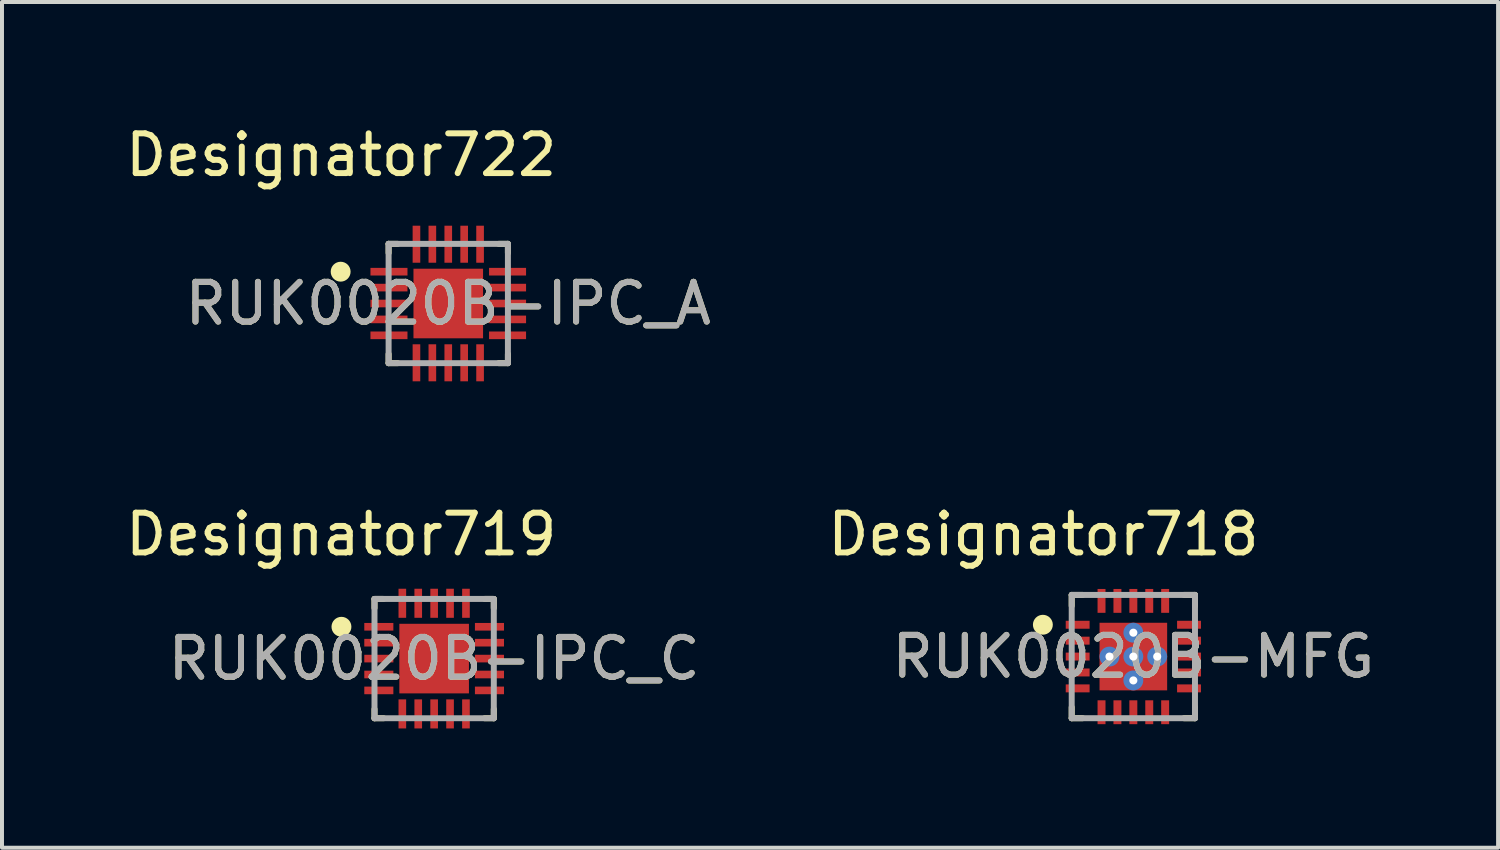
<source format=kicad_pcb>
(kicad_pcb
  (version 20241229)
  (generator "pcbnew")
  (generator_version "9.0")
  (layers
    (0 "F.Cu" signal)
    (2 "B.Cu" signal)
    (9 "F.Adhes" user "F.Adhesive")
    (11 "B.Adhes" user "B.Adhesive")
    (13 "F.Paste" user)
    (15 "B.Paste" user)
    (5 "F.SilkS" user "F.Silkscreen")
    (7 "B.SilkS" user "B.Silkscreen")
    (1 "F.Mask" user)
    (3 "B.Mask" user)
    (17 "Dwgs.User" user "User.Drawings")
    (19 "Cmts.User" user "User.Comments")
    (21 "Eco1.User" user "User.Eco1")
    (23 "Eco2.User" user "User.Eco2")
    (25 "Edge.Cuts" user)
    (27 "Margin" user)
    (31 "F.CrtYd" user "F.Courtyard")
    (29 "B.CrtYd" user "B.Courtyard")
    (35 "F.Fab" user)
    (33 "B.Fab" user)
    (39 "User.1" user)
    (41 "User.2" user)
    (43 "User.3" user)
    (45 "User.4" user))
  (footprint "RUK0020B-IPC_C"
    (layer "F.Cu")
    (at 7.867 13.511)
    (property "Reference" "RUK0020B-IPC_C" (at 0 0 0) (unlocked yes) (layer "F.SilkS") (effects (font (size 1 1) (thickness 0.15))))
    (attr smd)
    (fp_line (start -1.5 -1.5) (end -1.271 -1.5) (stroke (width 0.15) (type solid)) (layer "F.SilkS"))
    (fp_line (start -1.5 -1.271) (end -1.5 -1.5) (stroke (width 0.15) (type solid)) (layer "F.SilkS"))
    (fp_line (start -1.5 1.5) (end -1.5 1.271) (stroke (width 0.15) (type solid)) (layer "F.SilkS"))
    (fp_line (start -1.5 1.5) (end -1.271 1.5) (stroke (width 0.15) (type solid)) (layer "F.SilkS"))
    (fp_line (start 1.271 -1.5) (end 1.5 -1.5) (stroke (width 0.15) (type solid)) (layer "F.SilkS"))
    (fp_line (start 1.271 1.5) (end 1.5 1.5) (stroke (width 0.15) (type solid)) (layer "F.SilkS"))
    (fp_line (start 1.5 -1.271) (end 1.5 -1.5) (stroke (width 0.15) (type solid)) (layer "F.SilkS"))
    (fp_line (start 1.5 1.5) (end 1.5 1.271) (stroke (width 0.15) (type solid)) (layer "F.SilkS"))
    (fp_circle (center -2.331 -0.8) (end -2.206 -0.8) (stroke (width 0.25) (type solid)) (fill no) (layer "F.SilkS"))
    (fp_poly (pts (xy -0.553 0.553) (xy 0.553 0.553) (xy 0.553 -0.553) (xy -0.553 -0.553)) (stroke (width 0) (type solid)) (fill yes) (layer "F.Paste"))
    (fp_line (start -1.5 -1.5) (end 1.5 -1.5) (stroke (width 0.15) (type solid)) (layer "F.Fab"))
    (fp_line (start -1.5 1.5) (end -1.5 -1.5) (stroke (width 0.15) (type solid)) (layer "F.Fab"))
    (fp_line (start -1.5 1.5) (end 1.5 1.5) (stroke (width 0.15) (type solid)) (layer "F.Fab"))
    (fp_line (start 1.5 1.5) (end 1.5 -1.5) (stroke (width 0.15) (type solid)) (layer "F.Fab"))
    (fp_text user "Designator719" (at -2.337 -3.124 0) (unlocked yes) (layer "F.SilkS") (effects (font (size 1 1) (thickness 0.15))))
    (fp_text user "${REFERENCE}" (at 0 0 0) (unlocked yes) (layer "F.Fab") (effects (font (size 1 1) (thickness 0.15))))
    (pad "1" smd rect (at -1.391 -0.8 90) (size 0.192 0.731) (layers "F.Cu" "F.Mask" "F.Paste"))
    (pad "2" smd rect (at -1.391 -0.4 90) (size 0.192 0.731) (layers "F.Cu" "F.Mask" "F.Paste"))
    (pad "3" smd rect (at -1.391 0 90) (size 0.192 0.731) (layers "F.Cu" "F.Mask" "F.Paste"))
    (pad "4" smd rect (at -1.391 0.4 90) (size 0.192 0.731) (layers "F.Cu" "F.Mask" "F.Paste"))
    (pad "5" smd rect (at -1.391 0.8 90) (size 0.192 0.731) (layers "F.Cu" "F.Mask" "F.Paste"))
    (pad "6" smd rect (at -0.8 1.391) (size 0.192 0.731) (layers "F.Cu" "F.Mask" "F.Paste"))
    (pad "7" smd rect (at -0.4 1.391) (size 0.192 0.731) (layers "F.Cu" "F.Mask" "F.Paste"))
    (pad "8" smd rect (at 0 1.391) (size 0.192 0.731) (layers "F.Cu" "F.Mask" "F.Paste"))
    (pad "9" smd rect (at 0.4 1.391) (size 0.192 0.731) (layers "F.Cu" "F.Mask" "F.Paste"))
    (pad "10" smd rect (at 0.8 1.391) (size 0.192 0.731) (layers "F.Cu" "F.Mask" "F.Paste"))
    (pad "11" smd rect (at 1.391 0.8 90) (size 0.192 0.731) (layers "F.Cu" "F.Mask" "F.Paste"))
    (pad "12" smd rect (at 1.391 0.4 90) (size 0.192 0.731) (layers "F.Cu" "F.Mask" "F.Paste"))
    (pad "13" smd rect (at 1.391 0 90) (size 0.192 0.731) (layers "F.Cu" "F.Mask" "F.Paste"))
    (pad "14" smd rect (at 1.391 -0.4 90) (size 0.192 0.731) (layers "F.Cu" "F.Mask" "F.Paste"))
    (pad "15" smd rect (at 1.391 -0.8 90) (size 0.192 0.731) (layers "F.Cu" "F.Mask" "F.Paste"))
    (pad "16" smd rect (at 0.8 -1.391) (size 0.192 0.731) (layers "F.Cu" "F.Mask" "F.Paste"))
    (pad "17" smd rect (at 0.4 -1.391) (size 0.192 0.731) (layers "F.Cu" "F.Mask" "F.Paste"))
    (pad "18" smd rect (at 0 -1.391) (size 0.192 0.731) (layers "F.Cu" "F.Mask" "F.Paste"))
    (pad "19" smd rect (at -0.4 -1.391) (size 0.192 0.731) (layers "F.Cu" "F.Mask" "F.Paste"))
    (pad "20" smd rect (at -0.8 -1.391) (size 0.192 0.731) (layers "F.Cu" "F.Mask" "F.Paste"))
    (pad "21" smd rect (at 0 0) (size 1.75 1.75) (layers "F.Cu" "F.Mask")))
  (footprint "RUK0020B-MFG"
    (layer "F.Cu")
    (at 25.449 13.46)
    (property "Reference" "RUK0020B-MFG" (at 0 0 0) (unlocked yes) (layer "F.SilkS") (effects (font (size 1 1) (thickness 0.15))))
    (attr smd)
    (fp_line (start -1.55 -1.55) (end -1.275 -1.55) (stroke (width 0.15) (type solid)) (layer "F.SilkS"))
    (fp_line (start -1.55 -1.275) (end -1.55 -1.55) (stroke (width 0.15) (type solid)) (layer "F.SilkS"))
    (fp_line (start -1.55 1.55) (end -1.55 1.275) (stroke (width 0.15) (type solid)) (layer "F.SilkS"))
    (fp_line (start -1.55 1.55) (end -1.275 1.55) (stroke (width 0.15) (type solid)) (layer "F.SilkS"))
    (fp_line (start 1.275 -1.55) (end 1.55 -1.55) (stroke (width 0.15) (type solid)) (layer "F.SilkS"))
    (fp_line (start 1.275 1.55) (end 1.55 1.55) (stroke (width 0.15) (type solid)) (layer "F.SilkS"))
    (fp_line (start 1.55 -1.275) (end 1.55 -1.55) (stroke (width 0.15) (type solid)) (layer "F.SilkS"))
    (fp_line (start 1.55 1.55) (end 1.55 1.275) (stroke (width 0.15) (type solid)) (layer "F.SilkS"))
    (fp_circle (center -2.275 -0.8) (end -2.15 -0.8) (stroke (width 0.25) (type solid)) (fill no) (layer "F.SilkS"))
    (fp_poly (pts (xy -0.795 0.845) (xy -0.845 0.795) (xy -0.845 0.145) (xy -0.795 0.095) (xy -0.145 0.095) (xy -0.095 0.145) (xy -0.095 0.795) (xy -0.145 0.845)) (stroke (width 0) (type solid)) (fill yes) (layer "F.Paste"))
    (fp_poly (pts (xy -0.145 -0.845) (xy -0.095 -0.795) (xy -0.095 -0.145) (xy -0.145 -0.095) (xy -0.795 -0.095) (xy -0.845 -0.145) (xy -0.845 -0.795) (xy -0.795 -0.845)) (stroke (width 0) (type solid)) (fill yes) (layer "F.Paste"))
    (fp_poly (pts (xy 0.095 -0.795) (xy 0.145 -0.845) (xy 0.795 -0.845) (xy 0.845 -0.795) (xy 0.845 -0.145) (xy 0.795 -0.095) (xy 0.145 -0.095) (xy 0.095 -0.145)) (stroke (width 0) (type solid)) (fill yes) (layer "F.Paste"))
    (fp_poly (pts (xy 0.095 0.145) (xy 0.145 0.095) (xy 0.795 0.095) (xy 0.845 0.145) (xy 0.845 0.795) (xy 0.795 0.845) (xy 0.145 0.845) (xy 0.095 0.795)) (stroke (width 0) (type solid)) (fill yes) (layer "F.Paste"))
    (fp_line (start -1.55 -1.55) (end 1.55 -1.55) (stroke (width 0.15) (type solid)) (layer "F.Fab"))
    (fp_line (start -1.55 1.55) (end -1.55 -1.55) (stroke (width 0.15) (type solid)) (layer "F.Fab"))
    (fp_line (start -1.55 1.55) (end 1.55 1.55) (stroke (width 0.15) (type solid)) (layer "F.Fab"))
    (fp_line (start 1.55 1.55) (end 1.55 -1.55) (stroke (width 0.15) (type solid)) (layer "F.Fab"))
    (fp_text user "Designator718" (at -2.261 -3.073 0) (unlocked yes) (layer "F.SilkS") (effects (font (size 1 1) (thickness 0.15))))
    (fp_text user "${REFERENCE}" (at 0 0 0) (unlocked yes) (layer "F.Fab") (effects (font (size 1 1) (thickness 0.15))))
    (pad "1" smd rect (at -1.4 -0.8) (size 0.6 0.2) (layers "F.Cu" "F.Mask" "F.Paste"))
    (pad "2" smd rect (at -1.4 -0.4) (size 0.6 0.2) (layers "F.Cu" "F.Mask" "F.Paste"))
    (pad "3" smd rect (at -1.4 0) (size 0.6 0.2) (layers "F.Cu" "F.Mask" "F.Paste"))
    (pad "4" smd rect (at -1.4 0.4) (size 0.6 0.2) (layers "F.Cu" "F.Mask" "F.Paste"))
    (pad "5" smd rect (at -1.4 0.8) (size 0.6 0.2) (layers "F.Cu" "F.Mask" "F.Paste"))
    (pad "6" smd rect (at -0.8 1.4 90) (size 0.6 0.2) (layers "F.Cu" "F.Mask" "F.Paste"))
    (pad "7" smd rect (at -0.4 1.4 90) (size 0.6 0.2) (layers "F.Cu" "F.Mask" "F.Paste"))
    (pad "8" smd rect (at 0 1.4 90) (size 0.6 0.2) (layers "F.Cu" "F.Mask" "F.Paste"))
    (pad "9" smd rect (at 0.4 1.4 90) (size 0.6 0.2) (layers "F.Cu" "F.Mask" "F.Paste"))
    (pad "10" smd rect (at 0.8 1.4 90) (size 0.6 0.2) (layers "F.Cu" "F.Mask" "F.Paste"))
    (pad "11" smd rect (at 1.4 0.8) (size 0.6 0.2) (layers "F.Cu" "F.Mask" "F.Paste"))
    (pad "12" smd rect (at 1.4 0.4) (size 0.6 0.2) (layers "F.Cu" "F.Mask" "F.Paste"))
    (pad "13" smd rect (at 1.4 0) (size 0.6 0.2) (layers "F.Cu" "F.Mask" "F.Paste"))
    (pad "14" smd rect (at 1.4 -0.4) (size 0.6 0.2) (layers "F.Cu" "F.Mask" "F.Paste"))
    (pad "15" smd rect (at 1.4 -0.8) (size 0.6 0.2) (layers "F.Cu" "F.Mask" "F.Paste"))
    (pad "16" smd rect (at 0.8 -1.4 90) (size 0.6 0.2) (layers "F.Cu" "F.Mask" "F.Paste"))
    (pad "17" smd rect (at 0.4 -1.4 90) (size 0.6 0.2) (layers "F.Cu" "F.Mask" "F.Paste"))
    (pad "18" smd rect (at 0 -1.4 90) (size 0.6 0.2) (layers "F.Cu" "F.Mask" "F.Paste"))
    (pad "19" smd rect (at -0.4 -1.4 90) (size 0.6 0.2) (layers "F.Cu" "F.Mask" "F.Paste"))
    (pad "20" smd rect (at -0.8 -1.4 90) (size 0.6 0.2) (layers "F.Cu" "F.Mask" "F.Paste"))
    (pad "21" smd rect (at 0 0) (size 1.7 1.7) (layers "F.Cu" "F.Mask"))
    (pad "22" thru_hole circle (at -0.6 0) (size 0.5 0.5) (drill 0.203) (layers "*.Cu" "*.Mask"))
    (pad "23" thru_hole circle (at 0 0) (size 0.5 0.5) (drill 0.203) (layers "*.Cu" "*.Mask"))
    (pad "24" thru_hole circle (at 0.6 0) (size 0.5 0.5) (drill 0.203) (layers "*.Cu" "*.Mask"))
    (pad "25" thru_hole circle (at 0 0.6) (size 0.5 0.5) (drill 0.203) (layers "*.Cu" "*.Mask"))
    (pad "26" thru_hole circle (at 0 -0.6) (size 0.5 0.5) (drill 0.203) (layers "*.Cu" "*.Mask")))
  (footprint "RUK0020B-IPC_A"
    (layer "F.Cu")
    (at 8.222 4.582)
    (property "Reference" "RUK0020B-IPC_A" (at 0 0 0) (unlocked yes) (layer "F.SilkS") (effects (font (size 1 1) (thickness 0.15))))
    (attr smd)
    (fp_line (start -1.5 -1.5) (end -1.271 -1.5) (stroke (width 0.15) (type solid)) (layer "F.SilkS"))
    (fp_line (start -1.5 -1.271) (end -1.5 -1.5) (stroke (width 0.15) (type solid)) (layer "F.SilkS"))
    (fp_line (start -1.5 1.5) (end -1.5 1.271) (stroke (width 0.15) (type solid)) (layer "F.SilkS"))
    (fp_line (start -1.5 1.5) (end -1.271 1.5) (stroke (width 0.15) (type solid)) (layer "F.SilkS"))
    (fp_line (start 1.271 -1.5) (end 1.5 -1.5) (stroke (width 0.15) (type solid)) (layer "F.SilkS"))
    (fp_line (start 1.271 1.5) (end 1.5 1.5) (stroke (width 0.15) (type solid)) (layer "F.SilkS"))
    (fp_line (start 1.5 -1.271) (end 1.5 -1.5) (stroke (width 0.15) (type solid)) (layer "F.SilkS"))
    (fp_line (start 1.5 1.5) (end 1.5 1.271) (stroke (width 0.15) (type solid)) (layer "F.SilkS"))
    (fp_circle (center -2.706 -0.8) (end -2.581 -0.8) (stroke (width 0.25) (type solid)) (fill no) (layer "F.SilkS"))
    (fp_poly (pts (xy -0.553 0.553) (xy 0.553 0.553) (xy 0.553 -0.553) (xy -0.553 -0.553)) (stroke (width 0) (type solid)) (fill yes) (layer "F.Paste"))
    (fp_line (start -1.5 -1.5) (end 1.5 -1.5) (stroke (width 0.15) (type solid)) (layer "F.Fab"))
    (fp_line (start -1.5 1.5) (end -1.5 -1.5) (stroke (width 0.15) (type solid)) (layer "F.Fab"))
    (fp_line (start -1.5 1.5) (end 1.5 1.5) (stroke (width 0.15) (type solid)) (layer "F.Fab"))
    (fp_line (start 1.5 1.5) (end 1.5 -1.5) (stroke (width 0.15) (type solid)) (layer "F.Fab"))
    (fp_text user "Designator722" (at -2.692 -3.734 0) (unlocked yes) (layer "F.SilkS") (effects (font (size 1 1) (thickness 0.15))))
    (fp_text user "${REFERENCE}" (at 0 0 0) (unlocked yes) (layer "F.Fab") (effects (font (size 1 1) (thickness 0.15))))
    (pad "1" smd rect (at -1.491 -0.8 90) (size 0.192 0.931) (layers "F.Cu" "F.Mask" "F.Paste"))
    (pad "2" smd rect (at -1.491 -0.4 90) (size 0.192 0.931) (layers "F.Cu" "F.Mask" "F.Paste"))
    (pad "3" smd rect (at -1.491 0 90) (size 0.192 0.931) (layers "F.Cu" "F.Mask" "F.Paste"))
    (pad "4" smd rect (at -1.491 0.4 90) (size 0.192 0.931) (layers "F.Cu" "F.Mask" "F.Paste"))
    (pad "5" smd rect (at -1.491 0.8 90) (size 0.192 0.931) (layers "F.Cu" "F.Mask" "F.Paste"))
    (pad "6" smd rect (at -0.8 1.491) (size 0.192 0.931) (layers "F.Cu" "F.Mask" "F.Paste"))
    (pad "7" smd rect (at -0.4 1.491) (size 0.192 0.931) (layers "F.Cu" "F.Mask" "F.Paste"))
    (pad "8" smd rect (at 0 1.491) (size 0.192 0.931) (layers "F.Cu" "F.Mask" "F.Paste"))
    (pad "9" smd rect (at 0.4 1.491) (size 0.192 0.931) (layers "F.Cu" "F.Mask" "F.Paste"))
    (pad "10" smd rect (at 0.8 1.491) (size 0.192 0.931) (layers "F.Cu" "F.Mask" "F.Paste"))
    (pad "11" smd rect (at 1.491 0.8 90) (size 0.192 0.931) (layers "F.Cu" "F.Mask" "F.Paste"))
    (pad "12" smd rect (at 1.491 0.4 90) (size 0.192 0.931) (layers "F.Cu" "F.Mask" "F.Paste"))
    (pad "13" smd rect (at 1.491 0 90) (size 0.192 0.931) (layers "F.Cu" "F.Mask" "F.Paste"))
    (pad "14" smd rect (at 1.491 -0.4 90) (size 0.192 0.931) (layers "F.Cu" "F.Mask" "F.Paste"))
    (pad "15" smd rect (at 1.491 -0.8 90) (size 0.192 0.931) (layers "F.Cu" "F.Mask" "F.Paste"))
    (pad "16" smd rect (at 0.8 -1.491) (size 0.192 0.931) (layers "F.Cu" "F.Mask" "F.Paste"))
    (pad "17" smd rect (at 0.4 -1.491) (size 0.192 0.931) (layers "F.Cu" "F.Mask" "F.Paste"))
    (pad "18" smd rect (at 0 -1.491) (size 0.192 0.931) (layers "F.Cu" "F.Mask" "F.Paste"))
    (pad "19" smd rect (at -0.4 -1.491) (size 0.192 0.931) (layers "F.Cu" "F.Mask" "F.Paste"))
    (pad "20" smd rect (at -0.8 -1.491) (size 0.192 0.931) (layers "F.Cu" "F.Mask" "F.Paste"))
    (pad "21" smd rect (at 0 0) (size 1.75 1.75) (layers "F.Cu" "F.Mask")))
  (gr_rect
    (start -3 -3)
    (end 34.621 18.267)
    (stroke (width 0.1) (type default))
    (fill no)
    (layer "Edge.Cuts")))
</source>
